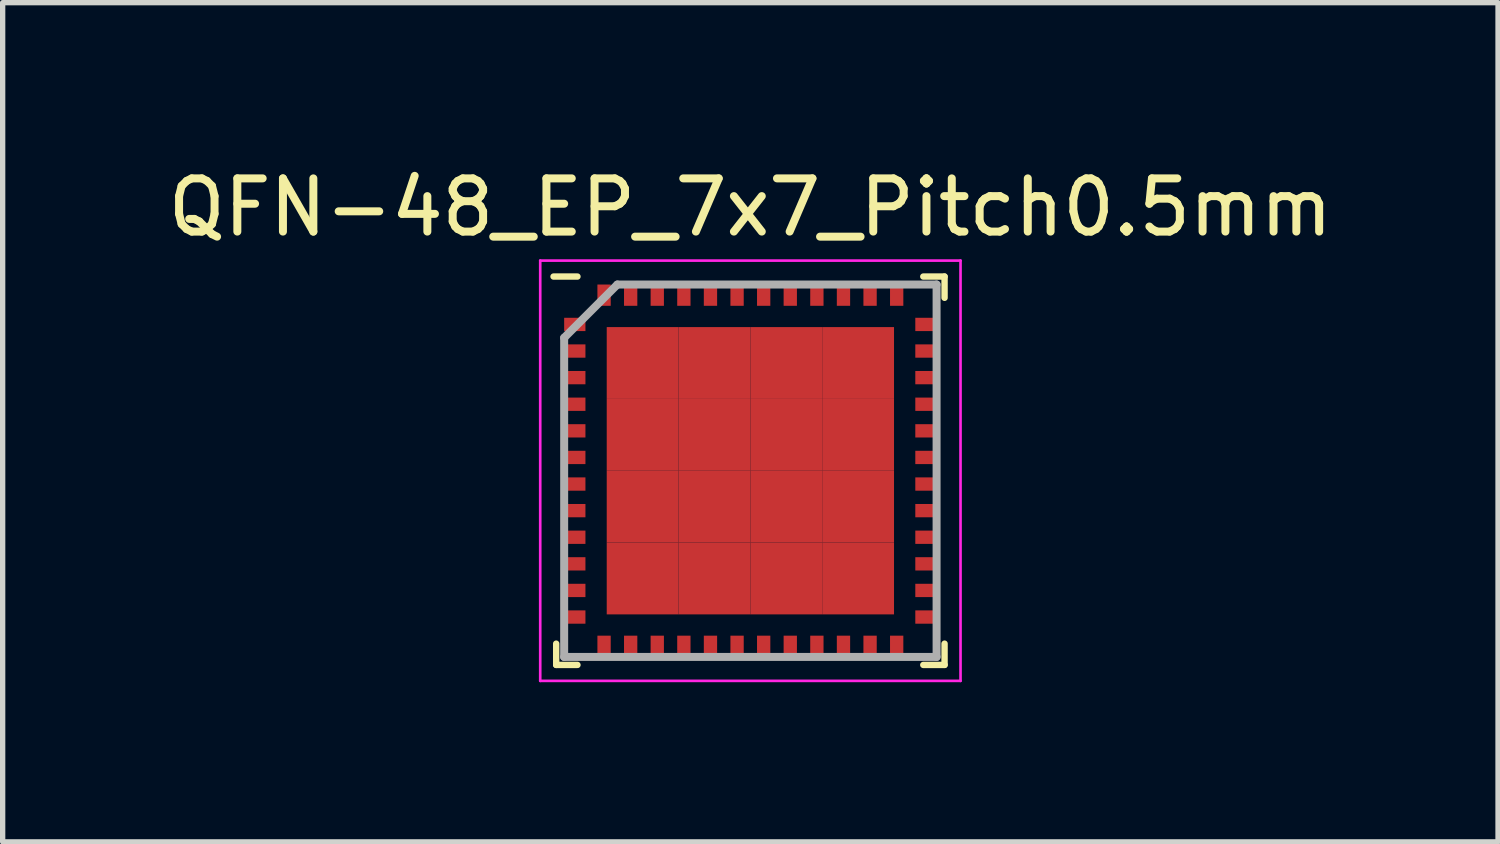
<source format=kicad_pcb>
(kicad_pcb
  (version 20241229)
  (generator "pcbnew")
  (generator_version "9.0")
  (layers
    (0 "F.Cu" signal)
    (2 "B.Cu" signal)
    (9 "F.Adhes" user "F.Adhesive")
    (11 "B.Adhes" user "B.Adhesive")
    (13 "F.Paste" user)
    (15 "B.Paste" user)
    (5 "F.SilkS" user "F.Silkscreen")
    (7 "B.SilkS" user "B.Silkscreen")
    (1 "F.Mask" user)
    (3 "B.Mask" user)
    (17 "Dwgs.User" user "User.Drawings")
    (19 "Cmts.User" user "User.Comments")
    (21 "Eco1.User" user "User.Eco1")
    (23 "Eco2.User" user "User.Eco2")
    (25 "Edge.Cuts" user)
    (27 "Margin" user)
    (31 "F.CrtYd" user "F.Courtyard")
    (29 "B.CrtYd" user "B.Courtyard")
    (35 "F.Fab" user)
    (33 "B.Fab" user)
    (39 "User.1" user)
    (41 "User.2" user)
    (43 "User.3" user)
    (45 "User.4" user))
  (footprint "QFN-48_EP_7x7_Pitch0.5mm"
    (layer "F.Cu")
    (at 11.054 5.798)
    (property "Reference" "QFN-48_EP_7x7_Pitch0.5mm" (at 0 -4.95 0) (layer "F.SilkS") (effects (font (size 1 1) (thickness 0.15))))
    (attr smd)
    (fp_line (start -3.65 3.65) (end -3.65 3.25) (stroke (width 0.12) (type solid)) (layer "F.SilkS"))
    (fp_line (start -3.25 -3.65) (end -3.7 -3.65) (stroke (width 0.12) (type solid)) (layer "F.SilkS"))
    (fp_line (start -3.25 3.65) (end -3.65 3.65) (stroke (width 0.12) (type solid)) (layer "F.SilkS"))
    (fp_line (start 3.25 -3.65) (end 3.65 -3.65) (stroke (width 0.12) (type solid)) (layer "F.SilkS"))
    (fp_line (start 3.25 3.65) (end 3.65 3.65) (stroke (width 0.12) (type solid)) (layer "F.SilkS"))
    (fp_line (start 3.65 -3.65) (end 3.65 -3.25) (stroke (width 0.12) (type solid)) (layer "F.SilkS"))
    (fp_line (start 3.65 3.65) (end 3.65 3.25) (stroke (width 0.12) (type solid)) (layer "F.SilkS"))
    (fp_line (start -3.95 -3.95) (end 3.95 -3.95) (stroke (width 0.05) (type solid)) (layer "F.CrtYd"))
    (fp_line (start -3.95 3.95) (end -3.95 -3.95) (stroke (width 0.05) (type solid)) (layer "F.CrtYd"))
    (fp_line (start 3.95 -3.95) (end 3.95 3.95) (stroke (width 0.05) (type solid)) (layer "F.CrtYd"))
    (fp_line (start 3.95 3.95) (end -3.95 3.95) (stroke (width 0.05) (type solid)) (layer "F.CrtYd"))
    (fp_line (start -3.5 -2.5) (end -3.5 3.5) (stroke (width 0.15) (type solid)) (layer "F.Fab"))
    (fp_line (start -3.5 3.5) (end 3.5 3.5) (stroke (width 0.15) (type solid)) (layer "F.Fab"))
    (fp_line (start -2.5 -3.5) (end -3.5 -2.5) (stroke (width 0.15) (type solid)) (layer "F.Fab"))
    (fp_line (start 3.5 -3.5) (end -2.5 -3.5) (stroke (width 0.15) (type solid)) (layer "F.Fab"))
    (fp_line (start 3.5 3.5) (end 3.5 -3.5) (stroke (width 0.15) (type solid)) (layer "F.Fab"))
    (pad "1" smd rect (at -3.3 -2.75 90) (size 0.25 0.4) (layers "F.Cu" "F.Mask" "F.Paste"))
    (pad "2" smd rect (at -3.3 -2.25 90) (size 0.25 0.4) (layers "F.Cu" "F.Mask" "F.Paste"))
    (pad "3" smd rect (at -3.3 -1.75 90) (size 0.25 0.4) (layers "F.Cu" "F.Mask" "F.Paste"))
    (pad "4" smd rect (at -3.3 -1.25 90) (size 0.25 0.4) (layers "F.Cu" "F.Mask" "F.Paste"))
    (pad "5" smd rect (at -3.3 -0.75 90) (size 0.25 0.4) (layers "F.Cu" "F.Mask" "F.Paste"))
    (pad "6" smd rect (at -3.3 -0.25 90) (size 0.25 0.4) (layers "F.Cu" "F.Mask" "F.Paste"))
    (pad "7" smd rect (at -3.3 0.25 90) (size 0.25 0.4) (layers "F.Cu" "F.Mask" "F.Paste"))
    (pad "8" smd rect (at -3.3 0.75 90) (size 0.25 0.4) (layers "F.Cu" "F.Mask" "F.Paste"))
    (pad "9" smd rect (at -3.3 1.25 90) (size 0.25 0.4) (layers "F.Cu" "F.Mask" "F.Paste"))
    (pad "10" smd rect (at -3.3 1.75 90) (size 0.25 0.4) (layers "F.Cu" "F.Mask" "F.Paste"))
    (pad "11" smd rect (at -3.3 2.25 90) (size 0.25 0.4) (layers "F.Cu" "F.Mask" "F.Paste"))
    (pad "12" smd rect (at -3.3 2.75 90) (size 0.25 0.4) (layers "F.Cu" "F.Mask" "F.Paste"))
    (pad "13" smd rect (at -2.75 3.3) (size 0.25 0.4) (layers "F.Cu" "F.Mask" "F.Paste"))
    (pad "14" smd rect (at -2.25 3.3) (size 0.25 0.4) (layers "F.Cu" "F.Mask" "F.Paste"))
    (pad "15" smd rect (at -1.75 3.3) (size 0.25 0.4) (layers "F.Cu" "F.Mask" "F.Paste"))
    (pad "16" smd rect (at -1.25 3.3) (size 0.25 0.4) (layers "F.Cu" "F.Mask" "F.Paste"))
    (pad "17" smd rect (at -0.75 3.3) (size 0.25 0.4) (layers "F.Cu" "F.Mask" "F.Paste"))
    (pad "18" smd rect (at -0.25 3.3) (size 0.25 0.4) (layers "F.Cu" "F.Mask" "F.Paste"))
    (pad "19" smd rect (at 0.25 3.3) (size 0.25 0.4) (layers "F.Cu" "F.Mask" "F.Paste"))
    (pad "20" smd rect (at 0.75 3.3) (size 0.25 0.4) (layers "F.Cu" "F.Mask" "F.Paste"))
    (pad "21" smd rect (at 1.25 3.3) (size 0.25 0.4) (layers "F.Cu" "F.Mask" "F.Paste"))
    (pad "22" smd rect (at 1.75 3.3) (size 0.25 0.4) (layers "F.Cu" "F.Mask" "F.Paste"))
    (pad "23" smd rect (at 2.25 3.3) (size 0.25 0.4) (layers "F.Cu" "F.Mask" "F.Paste"))
    (pad "24" smd rect (at 2.75 3.3) (size 0.25 0.4) (layers "F.Cu" "F.Mask" "F.Paste"))
    (pad "25" smd rect (at 3.3 2.75 90) (size 0.25 0.4) (layers "F.Cu" "F.Mask" "F.Paste"))
    (pad "26" smd rect (at 3.3 2.25 90) (size 0.25 0.4) (layers "F.Cu" "F.Mask" "F.Paste"))
    (pad "27" smd rect (at 3.3 1.75 90) (size 0.25 0.4) (layers "F.Cu" "F.Mask" "F.Paste"))
    (pad "28" smd rect (at 3.3 1.25 90) (size 0.25 0.4) (layers "F.Cu" "F.Mask" "F.Paste"))
    (pad "29" smd rect (at 3.3 0.75 90) (size 0.25 0.4) (layers "F.Cu" "F.Mask" "F.Paste"))
    (pad "30" smd rect (at 3.3 0.25 90) (size 0.25 0.4) (layers "F.Cu" "F.Mask" "F.Paste"))
    (pad "31" smd rect (at 3.3 -0.25 90) (size 0.25 0.4) (layers "F.Cu" "F.Mask" "F.Paste"))
    (pad "32" smd rect (at 3.3 -0.75 90) (size 0.25 0.4) (layers "F.Cu" "F.Mask" "F.Paste"))
    (pad "33" smd rect (at 3.3 -1.25 90) (size 0.25 0.4) (layers "F.Cu" "F.Mask" "F.Paste"))
    (pad "34" smd rect (at 3.3 -1.75 90) (size 0.25 0.4) (layers "F.Cu" "F.Mask" "F.Paste"))
    (pad "35" smd rect (at 3.3 -2.25 90) (size 0.25 0.4) (layers "F.Cu" "F.Mask" "F.Paste"))
    (pad "36" smd rect (at 3.3 -2.75 90) (size 0.25 0.4) (layers "F.Cu" "F.Mask" "F.Paste"))
    (pad "37" smd rect (at 2.75 -3.3) (size 0.25 0.4) (layers "F.Cu" "F.Mask" "F.Paste"))
    (pad "38" smd rect (at 2.25 -3.3) (size 0.25 0.4) (layers "F.Cu" "F.Mask" "F.Paste"))
    (pad "39" smd rect (at 1.75 -3.3) (size 0.25 0.4) (layers "F.Cu" "F.Mask" "F.Paste"))
    (pad "40" smd rect (at 1.25 -3.3) (size 0.25 0.4) (layers "F.Cu" "F.Mask" "F.Paste"))
    (pad "41" smd rect (at 0.75 -3.3) (size 0.25 0.4) (layers "F.Cu" "F.Mask" "F.Paste"))
    (pad "42" smd rect (at 0.25 -3.3) (size 0.25 0.4) (layers "F.Cu" "F.Mask" "F.Paste"))
    (pad "43" smd rect (at -0.25 -3.3) (size 0.25 0.4) (layers "F.Cu" "F.Mask" "F.Paste"))
    (pad "44" smd rect (at -0.75 -3.3) (size 0.25 0.4) (layers "F.Cu" "F.Mask" "F.Paste"))
    (pad "45" smd rect (at -1.25 -3.3) (size 0.25 0.4) (layers "F.Cu" "F.Mask" "F.Paste"))
    (pad "46" smd rect (at -1.75 -3.3) (size 0.25 0.4) (layers "F.Cu" "F.Mask" "F.Paste"))
    (pad "47" smd rect (at -2.25 -3.3) (size 0.25 0.4) (layers "F.Cu" "F.Mask" "F.Paste"))
    (pad "48" smd rect (at -2.75 -3.3) (size 0.25 0.4) (layers "F.Cu" "F.Mask" "F.Paste"))
    (pad "49" smd rect (at -2.025 -2.025) (size 1.35 1.35) (layers "F.Cu" "F.Mask" "F.Paste"))
    (pad "49" smd rect (at -2.025 -0.675) (size 1.35 1.35) (layers "F.Cu" "F.Mask" "F.Paste"))
    (pad "49" smd rect (at -2.025 0.675) (size 1.35 1.35) (layers "F.Cu" "F.Mask" "F.Paste"))
    (pad "49" smd rect (at -2.025 2.025) (size 1.35 1.35) (layers "F.Cu" "F.Mask" "F.Paste"))
    (pad "49" smd rect (at -0.675 -2.025) (size 1.35 1.35) (layers "F.Cu" "F.Mask" "F.Paste"))
    (pad "49" smd rect (at -0.675 -0.675) (size 1.35 1.35) (layers "F.Cu" "F.Mask" "F.Paste"))
    (pad "49" smd rect (at -0.675 0.675) (size 1.35 1.35) (layers "F.Cu" "F.Mask" "F.Paste"))
    (pad "49" smd rect (at -0.675 2.025) (size 1.35 1.35) (layers "F.Cu" "F.Mask" "F.Paste"))
    (pad "49" smd rect (at 0.675 -2.025) (size 1.35 1.35) (layers "F.Cu" "F.Mask" "F.Paste"))
    (pad "49" smd rect (at 0.675 -0.675) (size 1.35 1.35) (layers "F.Cu" "F.Mask" "F.Paste"))
    (pad "49" smd rect (at 0.675 0.675) (size 1.35 1.35) (layers "F.Cu" "F.Mask" "F.Paste"))
    (pad "49" smd rect (at 0.675 2.025) (size 1.35 1.35) (layers "F.Cu" "F.Mask" "F.Paste"))
    (pad "49" smd rect (at 2.025 -2.025) (size 1.35 1.35) (layers "F.Cu" "F.Mask" "F.Paste"))
    (pad "49" smd rect (at 2.025 -0.675) (size 1.35 1.35) (layers "F.Cu" "F.Mask" "F.Paste"))
    (pad "49" smd rect (at 2.025 0.675) (size 1.35 1.35) (layers "F.Cu" "F.Mask" "F.Paste"))
    (pad "49" smd rect (at 2.025 2.025) (size 1.35 1.35) (layers "F.Cu" "F.Mask" "F.Paste")))
  (gr_rect
    (start -3 -3)
    (end 25.107 12.773)
    (stroke (width 0.1) (type default))
    (fill no)
    (layer "Edge.Cuts")))
</source>
